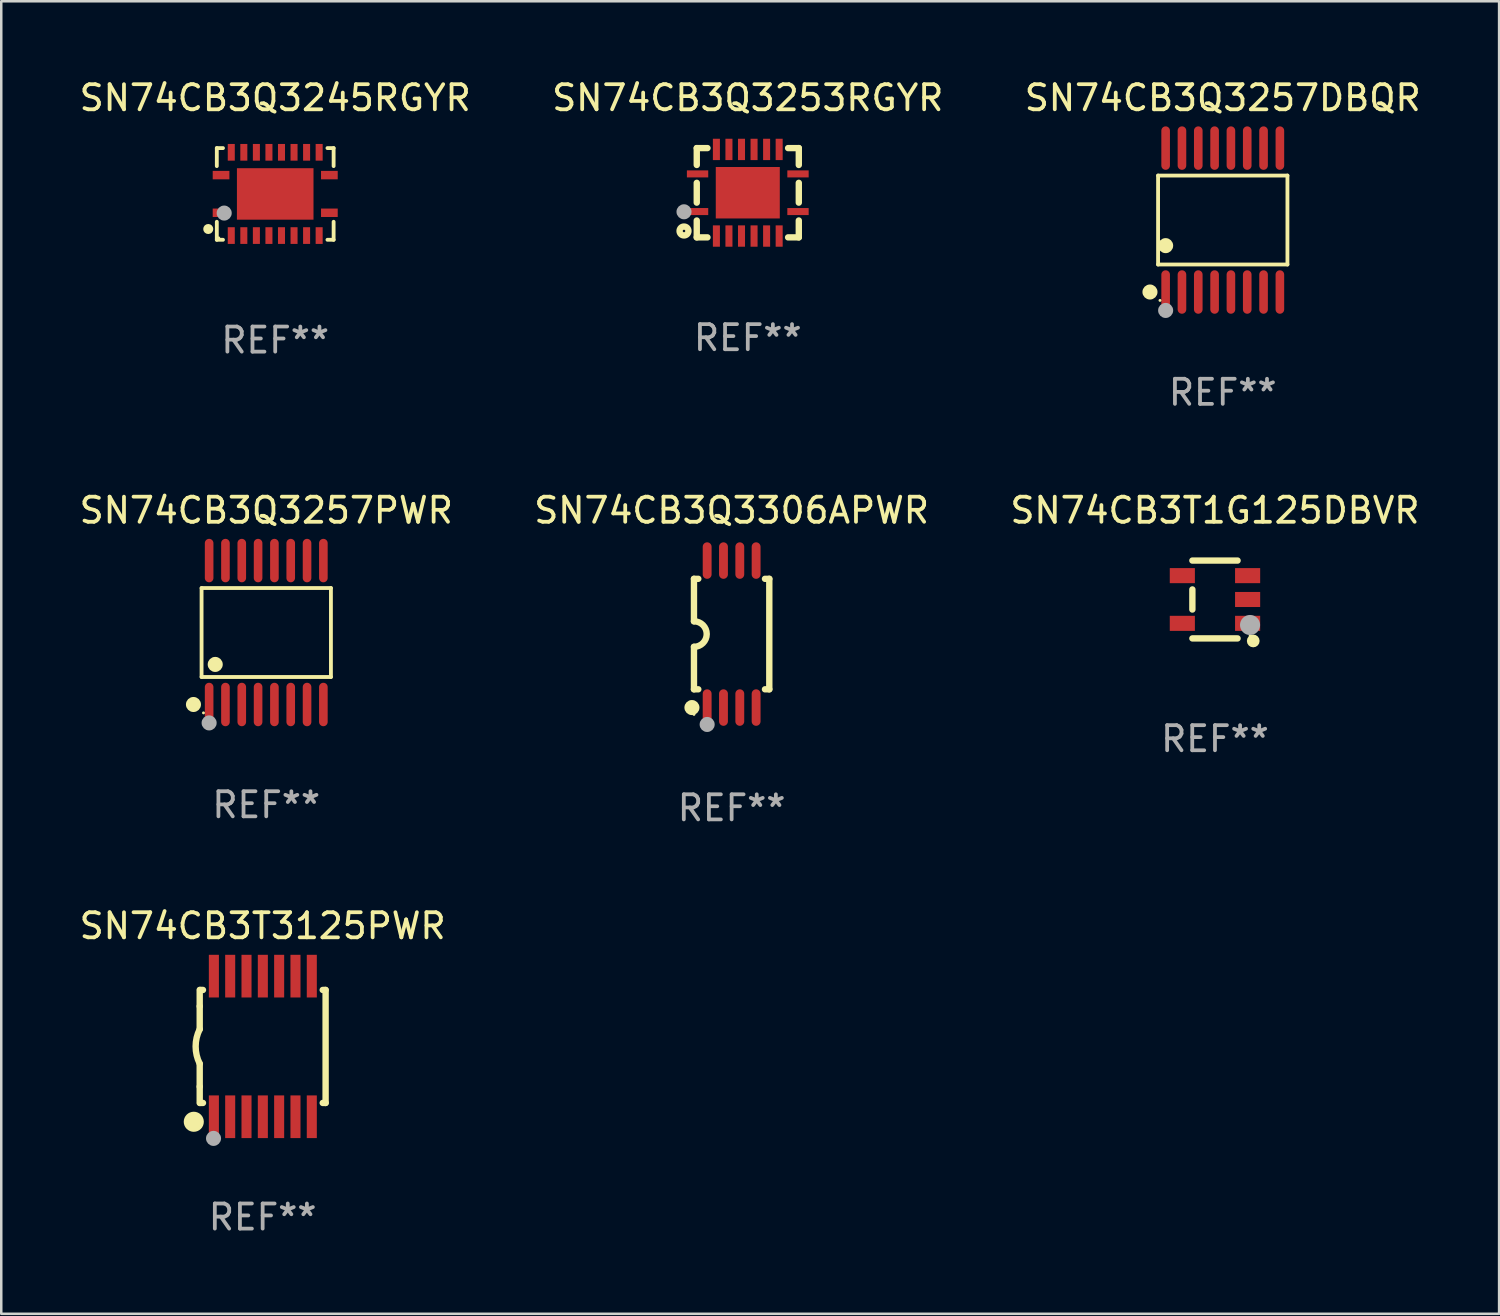
<source format=kicad_pcb>
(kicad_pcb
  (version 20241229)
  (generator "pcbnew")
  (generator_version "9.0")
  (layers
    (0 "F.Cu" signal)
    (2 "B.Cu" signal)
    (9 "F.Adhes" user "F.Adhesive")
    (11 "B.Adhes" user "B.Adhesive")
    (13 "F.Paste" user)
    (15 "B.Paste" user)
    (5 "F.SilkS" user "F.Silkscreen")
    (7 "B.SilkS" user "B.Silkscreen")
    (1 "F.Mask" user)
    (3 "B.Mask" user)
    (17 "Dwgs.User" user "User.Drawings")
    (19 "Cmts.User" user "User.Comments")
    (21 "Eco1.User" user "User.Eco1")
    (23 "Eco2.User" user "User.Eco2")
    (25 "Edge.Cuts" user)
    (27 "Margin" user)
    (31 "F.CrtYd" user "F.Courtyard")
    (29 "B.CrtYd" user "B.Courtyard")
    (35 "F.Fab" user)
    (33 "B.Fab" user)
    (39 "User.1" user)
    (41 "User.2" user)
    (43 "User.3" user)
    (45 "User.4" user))
  (footprint "SN74CB3Q3253RGYR"
    (layer "F.Cu")
    (at 26.732 4.626)
    (property "Reference" "SN74CB3Q3253RGYR" (at 0 -3.778 0) (layer "F.SilkS") (effects (font (size 1 1) (thickness 0.15))))
    (attr through_hole)
    (fp_line (start -2.032 -1.778) (end -2.032 -1.106) (stroke (width 0.254) (type solid)) (layer "F.SilkS"))
    (fp_line (start -2.032 -0.394) (end -2.032 0.394) (stroke (width 0.254) (type solid)) (layer "F.SilkS"))
    (fp_line (start -2.032 1.106) (end -2.032 1.778) (stroke (width 0.254) (type solid)) (layer "F.SilkS"))
    (fp_line (start -2.032 1.778) (end -1.606 1.778) (stroke (width 0.254) (type solid)) (layer "F.SilkS"))
    (fp_line (start -1.606 -1.778) (end -2.032 -1.778) (stroke (width 0.254) (type solid)) (layer "F.SilkS"))
    (fp_line (start 1.606 1.778) (end 2.032 1.778) (stroke (width 0.254) (type solid)) (layer "F.SilkS"))
    (fp_line (start 2.032 -1.778) (end 1.606 -1.778) (stroke (width 0.254) (type solid)) (layer "F.SilkS"))
    (fp_line (start 2.032 -1.106) (end 2.032 -1.778) (stroke (width 0.254) (type solid)) (layer "F.SilkS"))
    (fp_line (start 2.032 0.394) (end 2.032 -0.394) (stroke (width 0.254) (type solid)) (layer "F.SilkS"))
    (fp_line (start 2.032 1.778) (end 2.032 1.106) (stroke (width 0.254) (type solid)) (layer "F.SilkS"))
    (fp_circle (center -2.54 1.524) (end -2.363 1.524) (stroke (width 0.254) (type solid)) (fill no) (layer "F.SilkS"))
    (fp_circle (center -2.002 1.752) (end -1.952 1.752) (stroke (width 0.1) (type solid)) (fill no) (layer "F.SilkS"))
    (fp_circle (center -2.54 0.759) (end -2.39 0.759) (stroke (width 0.3) (type solid)) (fill no) (layer "F.Fab"))
    (fp_text user "REF**" (at 0 5.778 0) (layer "F.Fab") (effects (font (size 1 1) (thickness 0.15))))
    (pad "1" smd rect (at -2 0.75 90) (size 0.28 0.85) (layers "F.Cu" "F.Mask" "F.Paste"))
    (pad "2" smd rect (at -1.25 1.725 180) (size 0.28 0.85) (layers "F.Cu" "F.Mask" "F.Paste"))
    (pad "3" smd rect (at -0.75 1.725 180) (size 0.28 0.85) (layers "F.Cu" "F.Mask" "F.Paste"))
    (pad "4" smd rect (at -0.25 1.725 180) (size 0.28 0.85) (layers "F.Cu" "F.Mask" "F.Paste"))
    (pad "5" smd rect (at 0.25 1.725 180) (size 0.28 0.85) (layers "F.Cu" "F.Mask" "F.Paste"))
    (pad "6" smd rect (at 0.75 1.725 180) (size 0.28 0.85) (layers "F.Cu" "F.Mask" "F.Paste"))
    (pad "7" smd rect (at 1.25 1.725 180) (size 0.28 0.85) (layers "F.Cu" "F.Mask" "F.Paste"))
    (pad "8" smd rect (at 2 0.75 270) (size 0.28 0.85) (layers "F.Cu" "F.Mask" "F.Paste"))
    (pad "9" smd rect (at 2 -0.75 270) (size 0.28 0.85) (layers "F.Cu" "F.Mask" "F.Paste"))
    (pad "10" smd rect (at 1.25 -1.725) (size 0.28 0.85) (layers "F.Cu" "F.Mask" "F.Paste"))
    (pad "11" smd rect (at 0.75 -1.725) (size 0.28 0.85) (layers "F.Cu" "F.Mask" "F.Paste"))
    (pad "12" smd rect (at 0.25 -1.725) (size 0.28 0.85) (layers "F.Cu" "F.Mask" "F.Paste"))
    (pad "13" smd rect (at -0.25 -1.725) (size 0.28 0.85) (layers "F.Cu" "F.Mask" "F.Paste"))
    (pad "14" smd rect (at -0.75 -1.725) (size 0.28 0.85) (layers "F.Cu" "F.Mask" "F.Paste"))
    (pad "15" smd rect (at -1.25 -1.725) (size 0.28 0.85) (layers "F.Cu" "F.Mask" "F.Paste"))
    (pad "16" smd rect (at -2 -0.75 90) (size 0.28 0.85) (layers "F.Cu" "F.Mask" "F.Paste"))
    (pad "17" smd rect (at 0.000051 0 270) (size 2.05 2.55) (layers "F.Cu" "F.Mask" "F.Paste")))
  (footprint "SN74CB3T3125PWR"
    (layer "F.Cu")
    (at 7.411 38.627)
    (property "Reference" "SN74CB3T3125PWR" (at 0 -4.8 0) (layer "F.SilkS") (effects (font (size 1 1) (thickness 0.15))))
    (attr through_hole)
    (fp_line (start -2.507 -1.6) (end -2.507 -2.25) (stroke (width 0.254) (type solid)) (layer "F.SilkS"))
    (fp_line (start -2.507 -0.686) (end -2.507 -1.6) (stroke (width 0.254) (type solid)) (layer "F.SilkS"))
    (fp_line (start -2.507 1.6) (end -2.507 0.686) (stroke (width 0.254) (type solid)) (layer "F.SilkS"))
    (fp_line (start -2.507 1.6) (end -2.507 2.25) (stroke (width 0.254) (type solid)) (layer "F.SilkS"))
    (fp_line (start -2.493 -2.25) (end -2.377 -2.25) (stroke (width 0.254) (type solid)) (layer "F.SilkS"))
    (fp_line (start -2.377 2.25) (end -2.493 2.25) (stroke (width 0.254) (type solid)) (layer "F.SilkS"))
    (fp_line (start 2.392 -2.25) (end 2.507 -2.25) (stroke (width 0.254) (type solid)) (layer "F.SilkS"))
    (fp_line (start 2.507 -2.25) (end 2.507 2.25) (stroke (width 0.254) (type solid)) (layer "F.SilkS"))
    (fp_line (start 2.507 2.25) (end 2.392 2.25) (stroke (width 0.254) (type solid)) (layer "F.SilkS"))
    (fp_arc (start -2.507303 0.685802) (mid -2.669199 0) (end -2.507303 -0.685801) (stroke (width 0.254001) (type solid)) (layer "F.SilkS"))
    (fp_circle (center -2.743 3) (end -2.543 3) (stroke (width 0.4) (type solid)) (fill no) (layer "F.SilkS"))
    (fp_circle (center -2.493 3.2) (end -2.463 3.2) (stroke (width 0.06) (type solid)) (fill no) (layer "F.SilkS"))
    (fp_circle (center -1.957 3.662) (end -1.807 3.662) (stroke (width 0.3) (type solid)) (fill no) (layer "F.Fab"))
    (fp_text user "REF**" (at 0 6.8 0) (layer "F.Fab") (effects (font (size 1 1) (thickness 0.15))))
    (pad "1" smd rect (at -1.943 2.8) (size 0.4 1.7) (layers "F.Cu" "F.Mask" "F.Paste"))
    (pad "2" smd rect (at -1.293 2.8) (size 0.4 1.7) (layers "F.Cu" "F.Mask" "F.Paste"))
    (pad "3" smd rect (at -0.643 2.8) (size 0.4 1.7) (layers "F.Cu" "F.Mask" "F.Paste"))
    (pad "4" smd rect (at 0.007 2.8) (size 0.4 1.7) (layers "F.Cu" "F.Mask" "F.Paste"))
    (pad "5" smd rect (at 0.657 2.8) (size 0.4 1.7) (layers "F.Cu" "F.Mask" "F.Paste"))
    (pad "6" smd rect (at 1.307 2.8) (size 0.4 1.7) (layers "F.Cu" "F.Mask" "F.Paste"))
    (pad "7" smd rect (at 1.957 2.8) (size 0.4 1.7) (layers "F.Cu" "F.Mask" "F.Paste"))
    (pad "8" smd rect (at 1.957 -2.8) (size 0.4 1.7) (layers "F.Cu" "F.Mask" "F.Paste"))
    (pad "9" smd rect (at 1.307 -2.8) (size 0.4 1.7) (layers "F.Cu" "F.Mask" "F.Paste"))
    (pad "10" smd rect (at 0.657 -2.8) (size 0.4 1.7) (layers "F.Cu" "F.Mask" "F.Paste"))
    (pad "11" smd rect (at 0.007 -2.8) (size 0.4 1.7) (layers "F.Cu" "F.Mask" "F.Paste"))
    (pad "12" smd rect (at -0.643 -2.8) (size 0.4 1.7) (layers "F.Cu" "F.Mask" "F.Paste"))
    (pad "13" smd rect (at -1.293 -2.8) (size 0.4 1.7) (layers "F.Cu" "F.Mask" "F.Paste"))
    (pad "14" smd rect (at -1.943 -2.8) (size 0.4 1.7) (layers "F.Cu" "F.Mask" "F.Paste")))
  (footprint "SN74CB3Q3245RGYR"
    (layer "F.Cu")
    (at 7.911 4.674)
    (property "Reference" "SN74CB3Q3245RGYR" (at 0 -3.826 0) (layer "F.SilkS") (effects (font (size 1 1) (thickness 0.15))))
    (attr through_hole)
    (fp_line (start -2.326 -1.826) (end -2.08 -1.826) (stroke (width 0.152) (type solid)) (layer "F.SilkS"))
    (fp_line (start -2.326 -1.109) (end -2.326 -1.826) (stroke (width 0.152) (type solid)) (layer "F.SilkS"))
    (fp_line (start -2.326 1.109) (end -2.326 1.826) (stroke (width 0.152) (type solid)) (layer "F.SilkS"))
    (fp_line (start -2.326 1.826) (end -2.08 1.826) (stroke (width 0.152) (type solid)) (layer "F.SilkS"))
    (fp_line (start 2.326 -1.826) (end 2.08 -1.826) (stroke (width 0.152) (type solid)) (layer "F.SilkS"))
    (fp_line (start 2.326 -1.109) (end 2.326 -1.826) (stroke (width 0.152) (type solid)) (layer "F.SilkS"))
    (fp_line (start 2.326 1.109) (end 2.326 1.826) (stroke (width 0.152) (type solid)) (layer "F.SilkS"))
    (fp_line (start 2.326 1.826) (end 2.08 1.826) (stroke (width 0.152) (type solid)) (layer "F.SilkS"))
    (fp_circle (center -2.667 1.397) (end -2.567 1.397) (stroke (width 0.2) (type solid)) (fill no) (layer "F.SilkS"))
    (fp_circle (center -2.25 1.75) (end -2.22 1.75) (stroke (width 0.06) (type solid)) (fill no) (layer "F.SilkS"))
    (fp_circle (center -2.032 0.762) (end -1.882 0.762) (stroke (width 0.3) (type solid)) (fill no) (layer "F.Fab"))
    (fp_text user "REF**" (at 0 5.826 0) (layer "F.Fab") (effects (font (size 1 1) (thickness 0.15))))
    (pad "1" smd rect (at -2.157 0.75) (size 0.665 0.336) (layers "F.Cu" "F.Mask" "F.Paste"))
    (pad "2" smd rect (at -1.75 1.658) (size 0.28 0.665) (layers "F.Cu" "F.Mask" "F.Paste"))
    (pad "3" smd rect (at -1.25 1.658) (size 0.28 0.665) (layers "F.Cu" "F.Mask" "F.Paste"))
    (pad "4" smd rect (at -0.75 1.658) (size 0.28 0.665) (layers "F.Cu" "F.Mask" "F.Paste"))
    (pad "5" smd rect (at -0.25 1.658) (size 0.28 0.665) (layers "F.Cu" "F.Mask" "F.Paste"))
    (pad "6" smd rect (at 0.25 1.658) (size 0.28 0.665) (layers "F.Cu" "F.Mask" "F.Paste"))
    (pad "7" smd rect (at 0.75 1.658) (size 0.28 0.665) (layers "F.Cu" "F.Mask" "F.Paste"))
    (pad "8" smd rect (at 1.25 1.658) (size 0.28 0.665) (layers "F.Cu" "F.Mask" "F.Paste"))
    (pad "9" smd rect (at 1.75 1.658) (size 0.28 0.665) (layers "F.Cu" "F.Mask" "F.Paste"))
    (pad "10" smd rect (at 2.157 0.75) (size 0.665 0.336) (layers "F.Cu" "F.Mask" "F.Paste"))
    (pad "11" smd rect (at 2.157 -0.75) (size 0.665 0.336) (layers "F.Cu" "F.Mask" "F.Paste"))
    (pad "12" smd rect (at 1.75 -1.658) (size 0.28 0.665) (layers "F.Cu" "F.Mask" "F.Paste"))
    (pad "13" smd rect (at 1.25 -1.658) (size 0.28 0.665) (layers "F.Cu" "F.Mask" "F.Paste"))
    (pad "14" smd rect (at 0.75 -1.658) (size 0.28 0.665) (layers "F.Cu" "F.Mask" "F.Paste"))
    (pad "15" smd rect (at 0.25 -1.658) (size 0.28 0.665) (layers "F.Cu" "F.Mask" "F.Paste"))
    (pad "16" smd rect (at -0.25 -1.658) (size 0.28 0.665) (layers "F.Cu" "F.Mask" "F.Paste"))
    (pad "17" smd rect (at -0.75 -1.658) (size 0.28 0.665) (layers "F.Cu" "F.Mask" "F.Paste"))
    (pad "18" smd rect (at -1.25 -1.658) (size 0.28 0.665) (layers "F.Cu" "F.Mask" "F.Paste"))
    (pad "19" smd rect (at -1.75 -1.658) (size 0.28 0.665) (layers "F.Cu" "F.Mask" "F.Paste"))
    (pad "20" smd rect (at -2.157 -0.75) (size 0.665 0.336) (layers "F.Cu" "F.Mask" "F.Paste"))
    (pad "21" smd rect (at 0 0) (size 3.05 2.05) (layers "F.Cu" "F.Mask" "F.Paste")))
  (footprint "SN74CB3Q3257PWR"
    (layer "F.Cu")
    (at 7.554 22.142)
    (property "Reference" "SN74CB3Q3257PWR" (at 0 -4.866 0) (layer "F.SilkS") (effects (font (size 1 1) (thickness 0.15))))
    (attr through_hole)
    (fp_line (start -2.576 -1.772) (end 2.576 -1.772) (stroke (width 0.152) (type solid)) (layer "F.SilkS"))
    (fp_line (start -2.576 1.771) (end -2.576 -1.772) (stroke (width 0.152) (type solid)) (layer "F.SilkS"))
    (fp_line (start 2.576 -1.772) (end 2.576 1.771) (stroke (width 0.152) (type solid)) (layer "F.SilkS"))
    (fp_line (start 2.576 1.771) (end -2.576 1.771) (stroke (width 0.152) (type solid)) (layer "F.SilkS"))
    (fp_circle (center -2.899 2.866) (end -2.749 2.866) (stroke (width 0.3) (type solid)) (fill no) (layer "F.SilkS"))
    (fp_circle (center -2.5 3.2) (end -2.47 3.2) (stroke (width 0.06) (type solid)) (fill no) (layer "F.SilkS"))
    (fp_circle (center -2.032 1.27) (end -1.882 1.27) (stroke (width 0.3) (type solid)) (fill no) (layer "F.SilkS"))
    (fp_circle (center -2.275 3.6) (end -2.125 3.6) (stroke (width 0.3) (type solid)) (fill no) (layer "F.Fab"))
    (fp_text user "REF**" (at 0 6.866 0) (layer "F.Fab") (effects (font (size 1 1) (thickness 0.15))))
    (pad "1" smd oval (at -2.275 2.866) (size 0.343 1.731) (layers "F.Cu" "F.Mask" "F.Paste"))
    (pad "2" smd oval (at -1.625 2.866) (size 0.343 1.731) (layers "F.Cu" "F.Mask" "F.Paste"))
    (pad "3" smd oval (at -0.975 2.866) (size 0.343 1.731) (layers "F.Cu" "F.Mask" "F.Paste"))
    (pad "4" smd oval (at -0.325 2.866) (size 0.343 1.731) (layers "F.Cu" "F.Mask" "F.Paste"))
    (pad "5" smd oval (at 0.325 2.866) (size 0.343 1.731) (layers "F.Cu" "F.Mask" "F.Paste"))
    (pad "6" smd oval (at 0.975 2.866) (size 0.343 1.731) (layers "F.Cu" "F.Mask" "F.Paste"))
    (pad "7" smd oval (at 1.625 2.866) (size 0.343 1.731) (layers "F.Cu" "F.Mask" "F.Paste"))
    (pad "8" smd oval (at 2.275 2.866) (size 0.343 1.731) (layers "F.Cu" "F.Mask" "F.Paste"))
    (pad "9" smd oval (at 2.275 -2.866) (size 0.343 1.731) (layers "F.Cu" "F.Mask" "F.Paste"))
    (pad "10" smd oval (at 1.625 -2.866) (size 0.343 1.731) (layers "F.Cu" "F.Mask" "F.Paste"))
    (pad "11" smd oval (at 0.975 -2.866) (size 0.343 1.731) (layers "F.Cu" "F.Mask" "F.Paste"))
    (pad "12" smd oval (at 0.325 -2.866) (size 0.343 1.731) (layers "F.Cu" "F.Mask" "F.Paste"))
    (pad "13" smd oval (at -0.325 -2.866) (size 0.343 1.731) (layers "F.Cu" "F.Mask" "F.Paste"))
    (pad "14" smd oval (at -0.975 -2.866) (size 0.343 1.731) (layers "F.Cu" "F.Mask" "F.Paste"))
    (pad "15" smd oval (at -1.625 -2.866) (size 0.343 1.731) (layers "F.Cu" "F.Mask" "F.Paste"))
    (pad "16" smd oval (at -2.275 -2.866) (size 0.343 1.731) (layers "F.Cu" "F.Mask" "F.Paste")))
  (footprint "SN74CB3T1G125DBVR"
    (layer "F.Cu")
    (at 45.339 20.826)
    (property "Reference" "SN74CB3T1G125DBVR" (at 0 -3.55 0) (layer "F.SilkS") (effects (font (size 1 1) (thickness 0.15))))
    (attr through_hole)
    (fp_line (start -0.9 -1.55) (end 0.9 -1.55) (stroke (width 0.254) (type solid)) (layer "F.SilkS"))
    (fp_line (start -0.9 0.4) (end -0.9 -0.4) (stroke (width 0.254) (type solid)) (layer "F.SilkS"))
    (fp_line (start -0.9 1.55) (end 0.9 1.55) (stroke (width 0.254) (type solid)) (layer "F.SilkS"))
    (fp_circle (center 1.4 1.45) (end 1.43 1.45) (stroke (width 0.06) (type solid)) (fill no) (layer "F.SilkS"))
    (fp_circle (center 1.524 1.651) (end 1.651 1.651) (stroke (width 0.254) (type solid)) (fill no) (layer "F.SilkS"))
    (fp_circle (center 1.397 1.016) (end 1.597 1.016) (stroke (width 0.4) (type solid)) (fill no) (layer "F.Fab"))
    (fp_text user "REF**" (at 0 5.55 0) (layer "F.Fab") (effects (font (size 1 1) (thickness 0.15))))
    (pad "1" smd rect (at 1.3 0.95) (size 1 0.6) (layers "F.Cu" "F.Mask" "F.Paste"))
    (pad "2" smd rect (at 1.3 -0.000051) (size 1 0.6) (layers "F.Cu" "F.Mask" "F.Paste"))
    (pad "3" smd rect (at 1.3 -0.95) (size 1 0.6) (layers "F.Cu" "F.Mask" "F.Paste"))
    (pad "4" smd rect (at -1.3 -0.95) (size 1 0.6) (layers "F.Cu" "F.Mask" "F.Paste"))
    (pad "5" smd rect (at -1.3 0.95) (size 1 0.6) (layers "F.Cu" "F.Mask" "F.Paste")))
  (footprint "SN74CB3Q3257DBQR"
    (layer "F.Cu")
    (at 45.649 5.714)
    (property "Reference" "SN74CB3Q3257DBQR" (at 0 -4.866 0) (layer "F.SilkS") (effects (font (size 1 1) (thickness 0.15))))
    (attr through_hole)
    (fp_line (start -2.576 -1.772) (end 2.576 -1.772) (stroke (width 0.152) (type solid)) (layer "F.SilkS"))
    (fp_line (start -2.576 1.771) (end -2.576 -1.772) (stroke (width 0.152) (type solid)) (layer "F.SilkS"))
    (fp_line (start 2.576 -1.772) (end 2.576 1.771) (stroke (width 0.152) (type solid)) (layer "F.SilkS"))
    (fp_line (start 2.576 1.771) (end -2.576 1.771) (stroke (width 0.152) (type solid)) (layer "F.SilkS"))
    (fp_circle (center -2.899 2.866) (end -2.749 2.866) (stroke (width 0.3) (type solid)) (fill no) (layer "F.SilkS"))
    (fp_circle (center -2.5 3.2) (end -2.47 3.2) (stroke (width 0.06) (type solid)) (fill no) (layer "F.SilkS"))
    (fp_circle (center -2.275 1.019) (end -2.125 1.019) (stroke (width 0.3) (type solid)) (fill no) (layer "F.SilkS"))
    (fp_circle (center -2.275 3.6) (end -2.125 3.6) (stroke (width 0.3) (type solid)) (fill no) (layer "F.Fab"))
    (fp_text user "REF**" (at 0 6.866 0) (layer "F.Fab") (effects (font (size 1 1) (thickness 0.15))))
    (pad "1" smd oval (at -2.275 2.866) (size 0.343 1.731) (layers "F.Cu" "F.Mask" "F.Paste"))
    (pad "2" smd oval (at -1.625 2.866) (size 0.343 1.731) (layers "F.Cu" "F.Mask" "F.Paste"))
    (pad "3" smd oval (at -0.975 2.866) (size 0.343 1.731) (layers "F.Cu" "F.Mask" "F.Paste"))
    (pad "4" smd oval (at -0.325 2.866) (size 0.343 1.731) (layers "F.Cu" "F.Mask" "F.Paste"))
    (pad "5" smd oval (at 0.325 2.866) (size 0.343 1.731) (layers "F.Cu" "F.Mask" "F.Paste"))
    (pad "6" smd oval (at 0.975 2.866) (size 0.343 1.731) (layers "F.Cu" "F.Mask" "F.Paste"))
    (pad "7" smd oval (at 1.625 2.866) (size 0.343 1.731) (layers "F.Cu" "F.Mask" "F.Paste"))
    (pad "8" smd oval (at 2.275 2.866) (size 0.343 1.731) (layers "F.Cu" "F.Mask" "F.Paste"))
    (pad "9" smd oval (at 2.275 -2.866) (size 0.343 1.731) (layers "F.Cu" "F.Mask" "F.Paste"))
    (pad "10" smd oval (at 1.625 -2.866) (size 0.343 1.731) (layers "F.Cu" "F.Mask" "F.Paste"))
    (pad "11" smd oval (at 0.975 -2.866) (size 0.343 1.731) (layers "F.Cu" "F.Mask" "F.Paste"))
    (pad "12" smd oval (at 0.325 -2.866) (size 0.343 1.731) (layers "F.Cu" "F.Mask" "F.Paste"))
    (pad "13" smd oval (at -0.325 -2.866) (size 0.343 1.731) (layers "F.Cu" "F.Mask" "F.Paste"))
    (pad "14" smd oval (at -0.975 -2.866) (size 0.343 1.731) (layers "F.Cu" "F.Mask" "F.Paste"))
    (pad "15" smd oval (at -1.625 -2.866) (size 0.343 1.731) (layers "F.Cu" "F.Mask" "F.Paste"))
    (pad "16" smd oval (at -2.275 -2.866) (size 0.343 1.731) (layers "F.Cu" "F.Mask" "F.Paste")))
  (footprint "SN74CB3Q3306APWR"
    (layer "F.Cu")
    (at 26.089 22.203)
    (property "Reference" "SN74CB3Q3306APWR" (at 0 -4.927 0) (layer "F.SilkS") (effects (font (size 1 1) (thickness 0.15))))
    (attr through_hole)
    (fp_line (start -1.5 -2.2) (end -1.5 -0.508) (stroke (width 0.254) (type solid)) (layer "F.SilkS"))
    (fp_line (start -1.5 -2.2) (end -1.328 -2.2) (stroke (width 0.254) (type solid)) (layer "F.SilkS"))
    (fp_line (start -1.5 2.2) (end -1.5 0.508) (stroke (width 0.254) (type solid)) (layer "F.SilkS"))
    (fp_line (start -1.5 2.2) (end -1.328 2.2) (stroke (width 0.254) (type solid)) (layer "F.SilkS"))
    (fp_line (start 1.328 -2.2) (end 1.5 -2.2) (stroke (width 0.254) (type solid)) (layer "F.SilkS"))
    (fp_line (start 1.328 2.2) (end 1.5 2.2) (stroke (width 0.254) (type solid)) (layer "F.SilkS"))
    (fp_line (start 1.5 -2.2) (end 1.5 2.2) (stroke (width 0.254) (type solid)) (layer "F.SilkS"))
    (fp_arc (start -1.501144 -0.508) (mid -0.993143 -0.000571) (end -1.5 0.508001) (stroke (width 0.254001) (type solid)) (layer "F.SilkS"))
    (fp_circle (center -1.581 2.927) (end -1.431 2.927) (stroke (width 0.3) (type solid)) (fill no) (layer "F.SilkS"))
    (fp_circle (center -1.5 3.2) (end -1.47 3.2) (stroke (width 0.06) (type solid)) (fill no) (layer "F.SilkS"))
    (fp_circle (center -0.975 3.6) (end -0.825 3.6) (stroke (width 0.3) (type solid)) (fill no) (layer "F.Fab"))
    (fp_text user "REF**" (at 0 6.927 0) (layer "F.Fab") (effects (font (size 1 1) (thickness 0.15))))
    (pad "1" smd oval (at -0.975 2.927) (size 0.353 1.454) (layers "F.Cu" "F.Mask" "F.Paste"))
    (pad "2" smd oval (at -0.325 2.927) (size 0.353 1.454) (layers "F.Cu" "F.Mask" "F.Paste"))
    (pad "3" smd oval (at 0.325 2.927) (size 0.353 1.454) (layers "F.Cu" "F.Mask" "F.Paste"))
    (pad "4" smd oval (at 0.975 2.927) (size 0.353 1.454) (layers "F.Cu" "F.Mask" "F.Paste"))
    (pad "5" smd oval (at 0.975 -2.927) (size 0.353 1.454) (layers "F.Cu" "F.Mask" "F.Paste"))
    (pad "6" smd oval (at 0.325 -2.927) (size 0.353 1.454) (layers "F.Cu" "F.Mask" "F.Paste"))
    (pad "7" smd oval (at -0.325 -2.927) (size 0.353 1.454) (layers "F.Cu" "F.Mask" "F.Paste"))
    (pad "8" smd oval (at -0.975 -2.927) (size 0.353 1.454) (layers "F.Cu" "F.Mask" "F.Paste")))
  (gr_rect
    (start -3 -3)
    (end 56.655 49.275)
    (stroke (width 0.1) (type default))
    (fill no)
    (layer "Edge.Cuts")))
</source>
